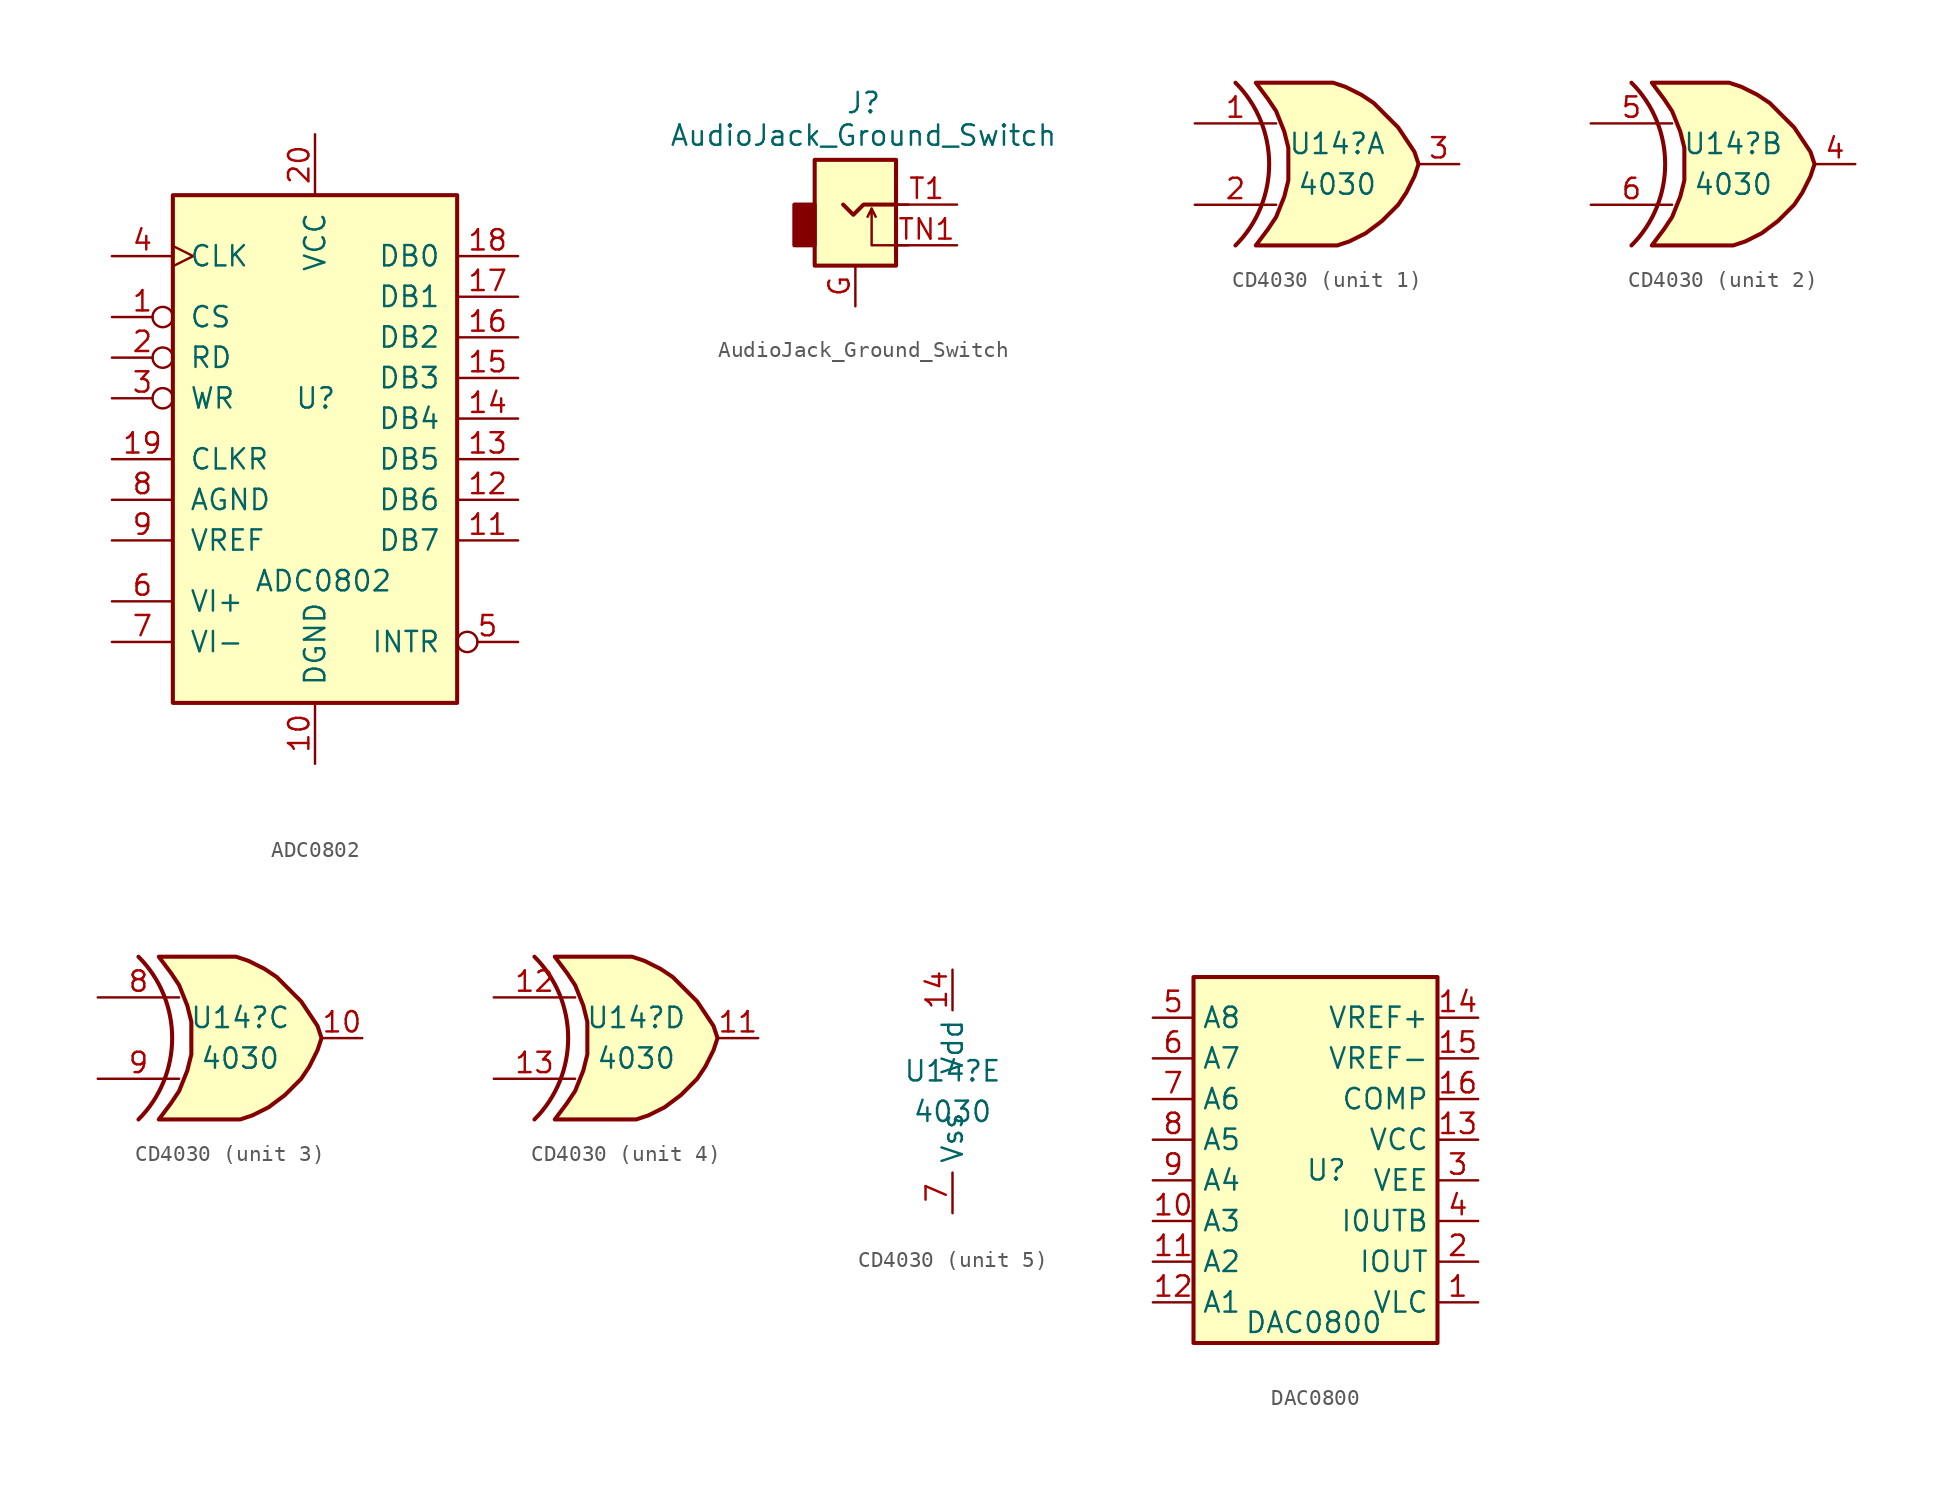
<source format=kicad_sym>
(kicad_symbol_lib
  (version 20220914)
  (generator kicad_symbol_editor)
  (symbol "ADC0802"
    (pin_names
      (offset 1.016))
    (property "Reference" "U"
      (at -1.27 3.81 0)
      (effects (font (size 1.27 1.27)) (justify left)))
    (property "Value" "ADC0802"
      (at -3.81 -7.62 0)
      (effects (font (size 1.27 1.27)) (justify left)))
    (symbol "ADC0802_0_1"
      (rectangle (start -8.89 16.51) (end 8.89 -15.24) (stroke (width 0.254) (type default)) (fill (type background))))
    (symbol "ADC0802_1_1"
      (pin input inverted (at -12.7 8.89 0) (length 3.81) (name "CS" (effects (font (size 1.27 1.27)))) (number "1" (effects (font (size 1.27 1.27)))))
      (pin power_in line (at 0 -19.05 90) (length 3.81) (name "DGND" (effects (font (size 1.27 1.27)))) (number "10" (effects (font (size 1.27 1.27)))))
      (pin tri_state line (at 12.7 -5.08 180) (length 3.81) (name "DB7" (effects (font (size 1.27 1.27)))) (number "11" (effects (font (size 1.27 1.27)))))
      (pin tri_state line (at 12.7 -2.54 180) (length 3.81) (name "DB6" (effects (font (size 1.27 1.27)))) (number "12" (effects (font (size 1.27 1.27)))))
      (pin tri_state line (at 12.7 0 180) (length 3.81) (name "DB5" (effects (font (size 1.27 1.27)))) (number "13" (effects (font (size 1.27 1.27)))))
      (pin tri_state line (at 12.7 2.54 180) (length 3.81) (name "DB4" (effects (font (size 1.27 1.27)))) (number "14" (effects (font (size 1.27 1.27)))))
      (pin tri_state line (at 12.7 5.08 180) (length 3.81) (name "DB3" (effects (font (size 1.27 1.27)))) (number "15" (effects (font (size 1.27 1.27)))))
      (pin tri_state line (at 12.7 7.62 180) (length 3.81) (name "DB2" (effects (font (size 1.27 1.27)))) (number "16" (effects (font (size 1.27 1.27)))))
      (pin tri_state line (at 12.7 10.16 180) (length 3.81) (name "DB1" (effects (font (size 1.27 1.27)))) (number "17" (effects (font (size 1.27 1.27)))))
      (pin tri_state line (at 12.7 12.7 180) (length 3.81) (name "DB0" (effects (font (size 1.27 1.27)))) (number "18" (effects (font (size 1.27 1.27)))))
      (pin input line (at -12.7 0 0) (length 3.81) (name "CLKR" (effects (font (size 1.27 1.27)))) (number "19" (effects (font (size 1.27 1.27)))))
      (pin input inverted (at -12.7 6.35 0) (length 3.81) (name "RD" (effects (font (size 1.27 1.27)))) (number "2" (effects (font (size 1.27 1.27)))))
      (pin power_in line (at 0 20.32 270) (length 3.81) (name "VCC" (effects (font (size 1.27 1.27)))) (number "20" (effects (font (size 1.27 1.27)))))
      (pin input inverted (at -12.7 3.81 0) (length 3.81) (name "WR" (effects (font (size 1.27 1.27)))) (number "3" (effects (font (size 1.27 1.27)))))
      (pin input clock (at -12.7 12.7 0) (length 3.81) (name "CLK" (effects (font (size 1.27 1.27)))) (number "4" (effects (font (size 1.27 1.27)))))
      (pin output inverted (at 12.7 -11.43 180) (length 3.81) (name "INTR" (effects (font (size 1.27 1.27)))) (number "5" (effects (font (size 1.27 1.27)))))
      (pin input line (at -12.7 -8.89 0) (length 3.81) (name "VI+" (effects (font (size 1.27 1.27)))) (number "6" (effects (font (size 1.27 1.27)))))
      (pin input line (at -12.7 -11.43 0) (length 3.81) (name "VI-" (effects (font (size 1.27 1.27)))) (number "7" (effects (font (size 1.27 1.27)))))
      (pin power_in line (at -12.7 -2.54 0) (length 3.81) (name "AGND" (effects (font (size 1.27 1.27)))) (number "8" (effects (font (size 1.27 1.27)))))
      (pin input line (at -12.7 -5.08 0) (length 3.81) (name "VREF" (effects (font (size 1.27 1.27)))) (number "9" (effects (font (size 1.27 1.27)))))))
  (symbol "AudioJack_Ground_Switch"
    (property "Reference" "J"
      (at -0.762 6.35 0)
      (effects (font (size 1.27 1.27))))
    (property "Value" "AudioJack_Ground_Switch"
      (at -0.762 4.318 0)
      (effects (font (size 1.27 1.27))))
    (symbol "AudioJack_Ground_Switch_0_1"
      (rectangle (start -3.81 -2.54) (end -5.08 0) (stroke (width 0.254) (type solid)) (fill (type outline)))
      (polyline (pts (xy -0.254 -0.254) (xy 0 -0.762)) (stroke (width 0) (type solid)) (fill (type none)))
      (polyline (pts (xy 1.27 -2.54) (xy 2.032 -2.54)) (stroke (width 0) (type solid)) (fill (type none)))
      (polyline (pts (xy 2.032 0) (xy 1.27 0)) (stroke (width 0) (type solid)) (fill (type none)))
      (polyline (pts (xy -2.032 0) (xy -1.397 -0.635) (xy -0.762 0) (xy 1.27 0)) (stroke (width 0.254) (type solid)) (fill (type none)))
      (polyline (pts (xy 1.27 -2.54) (xy -0.254 -2.54) (xy -0.254 -0.254) (xy -0.508 -0.762)) (stroke (width 0) (type solid)) (fill (type none)))
      (rectangle (start 1.27 2.794) (end -3.81 -3.81) (stroke (width 0.254) (type solid)) (fill (type background))))
    (symbol "AudioJack_Ground_Switch_1_1"
      (pin passive line (at -1.27 -6.35 90) (length 2.54) (name "~" (effects (font (size 1.27 1.27)))) (number "G" (effects (font (size 1.27 1.27)))))
      (pin passive line (at 5.08 0 180) (length 3.81) (name "~" (effects (font (size 1.27 1.27)))) (number "T1" (effects (font (size 1.27 1.27)))))
      (pin passive line (at 5.08 -2.54 180) (length 3.81) (name "~" (effects (font (size 1.27 1.27)))) (number "TN1" (effects (font (size 1.27 1.27)))))))
  (symbol "CD4030"
    (property "Reference" "U14"
      (at 0 1.27 0)
      (effects (font (size 1.27 1.27))))
    (property "Value" "4030"
      (at 0 -1.27 0)
      (effects (font (size 1.27 1.27))))
    (property "ki_locked" ""
      (at 0 0 0)
      (effects (font (size 1.27 1.27))))
    (symbol "CD4030_1_1"
      (arc (start -6.35 -5.08) (mid -4.2458 0) (end -6.35 5.08) (stroke (width 0.254) (type default)) (fill (type none)))
      (polyline (pts (xy -5.08 -5.08) (xy 0 -5.08) (xy 0.762 -4.826) (xy 1.778 -4.318) (xy 2.794 -3.556) (xy 3.81 -2.54) (xy 4.318 -1.778) (xy 4.826 -0.762) (xy 5.08 0) (xy 4.826 0.762) (xy 4.318 1.524) (xy 3.81 2.286) (xy 3.048 3.048) (xy 2.286 3.81) (xy 1.524 4.318) (xy 0.508 4.826) (xy -0.254 5.08) (xy -5.08 5.08) (xy -4.318 4.064) (xy -3.81 3.302) (xy -3.302 2.032) (xy -3.048 1.016) (xy -3.048 0) (xy -3.048 -1.016) (xy -3.302 -2.032) (xy -3.81 -3.302) (xy -4.318 -4.064) (xy -5.08 -5.08)) (stroke (width 0.254) (type default)) (fill (type background)))
      (pin input line (at -8.89 2.54 0) (length 5.08) (name "~" (effects (font (size 1.27 1.27)))) (number "1" (effects (font (size 1.27 1.27)))))
      (pin input line (at -8.89 -2.54 0) (length 5.08) (name "~" (effects (font (size 1.27 1.27)))) (number "2" (effects (font (size 1.27 1.27)))))
      (pin output line (at 7.62 0 180) (length 2.54) (name "~" (effects (font (size 1.27 1.27)))) (number "3" (effects (font (size 1.27 1.27))))))
    (symbol "CD4030_2_1"
      (arc (start -6.35 -5.08) (mid -4.2458 0) (end -6.35 5.08) (stroke (width 0.254) (type default)) (fill (type none)))
      (polyline (pts (xy -5.08 -5.08) (xy 0 -5.08) (xy 0.762 -4.826) (xy 1.778 -4.318) (xy 2.794 -3.556) (xy 3.81 -2.54) (xy 4.318 -1.778) (xy 4.826 -0.762) (xy 5.08 0) (xy 4.826 0.762) (xy 4.318 1.524) (xy 3.81 2.286) (xy 3.048 3.048) (xy 2.286 3.81) (xy 1.524 4.318) (xy 0.508 4.826) (xy -0.254 5.08) (xy -5.08 5.08) (xy -4.318 4.064) (xy -3.81 3.302) (xy -3.302 2.032) (xy -3.048 1.016) (xy -3.048 0) (xy -3.048 -1.016) (xy -3.302 -2.032) (xy -3.81 -3.302) (xy -4.318 -4.064) (xy -5.08 -5.08)) (stroke (width 0.254) (type default)) (fill (type background)))
      (pin output line (at 7.62 0 180) (length 2.54) (name "~" (effects (font (size 1.27 1.27)))) (number "4" (effects (font (size 1.27 1.27)))))
      (pin input line (at -8.89 2.54 0) (length 5.08) (name "~" (effects (font (size 1.27 1.27)))) (number "5" (effects (font (size 1.27 1.27)))))
      (pin input line (at -8.89 -2.54 0) (length 5.08) (name "~" (effects (font (size 1.27 1.27)))) (number "6" (effects (font (size 1.27 1.27))))))
    (symbol "CD4030_3_1"
      (arc (start -6.35 -5.08) (mid -4.2458 0) (end -6.35 5.08) (stroke (width 0.254) (type default)) (fill (type none)))
      (polyline (pts (xy -5.08 -5.08) (xy 0 -5.08) (xy 0.762 -4.826) (xy 1.778 -4.318) (xy 2.794 -3.556) (xy 3.81 -2.54) (xy 4.318 -1.778) (xy 4.826 -0.762) (xy 5.08 0) (xy 4.826 0.762) (xy 4.318 1.524) (xy 3.81 2.286) (xy 3.048 3.048) (xy 2.286 3.81) (xy 1.524 4.318) (xy 0.508 4.826) (xy -0.254 5.08) (xy -5.08 5.08) (xy -4.318 4.064) (xy -3.81 3.302) (xy -3.302 2.032) (xy -3.048 1.016) (xy -3.048 0) (xy -3.048 -1.016) (xy -3.302 -2.032) (xy -3.81 -3.302) (xy -4.318 -4.064) (xy -5.08 -5.08)) (stroke (width 0.254) (type default)) (fill (type background)))
      (pin output line (at 7.62 0 180) (length 2.54) (name "~" (effects (font (size 1.27 1.27)))) (number "10" (effects (font (size 1.27 1.27)))))
      (pin input line (at -8.89 2.54 0) (length 5.08) (name "~" (effects (font (size 1.27 1.27)))) (number "8" (effects (font (size 1.27 1.27)))))
      (pin input line (at -8.89 -2.54 0) (length 5.08) (name "~" (effects (font (size 1.27 1.27)))) (number "9" (effects (font (size 1.27 1.27))))))
    (symbol "CD4030_4_1"
      (arc (start -6.35 -5.08) (mid -4.2458 0) (end -6.35 5.08) (stroke (width 0.254) (type default)) (fill (type none)))
      (polyline (pts (xy -5.08 -5.08) (xy 0 -5.08) (xy 0.762 -4.826) (xy 1.778 -4.318) (xy 2.794 -3.556) (xy 3.81 -2.54) (xy 4.318 -1.778) (xy 4.826 -0.762) (xy 5.08 0) (xy 4.826 0.762) (xy 4.318 1.524) (xy 3.81 2.286) (xy 3.048 3.048) (xy 2.286 3.81) (xy 1.524 4.318) (xy 0.508 4.826) (xy -0.254 5.08) (xy -5.08 5.08) (xy -4.318 4.064) (xy -3.81 3.302) (xy -3.302 2.032) (xy -3.048 1.016) (xy -3.048 0) (xy -3.048 -1.016) (xy -3.302 -2.032) (xy -3.81 -3.302) (xy -4.318 -4.064) (xy -5.08 -5.08)) (stroke (width 0.254) (type default)) (fill (type background)))
      (pin output line (at 7.62 0 180) (length 2.54) (name "~" (effects (font (size 1.27 1.27)))) (number "11" (effects (font (size 1.27 1.27)))))
      (pin input line (at -8.89 2.54 0) (length 5.08) (name "~" (effects (font (size 1.27 1.27)))) (number "12" (effects (font (size 1.27 1.27)))))
      (pin input line (at -8.89 -2.54 0) (length 5.08) (name "~" (effects (font (size 1.27 1.27)))) (number "13" (effects (font (size 1.27 1.27))))))
    (symbol "CD4030_5_0"
      (pin power_in line (at 0 7.62 270) (length 2.54) (name "Vdd" (effects (font (size 1.27 1.27)))) (number "14" (effects (font (size 1.27 1.27)))))
      (pin power_in line (at 0 -7.62 90) (length 2.54) (name "Vss" (effects (font (size 1.27 1.27)))) (number "7" (effects (font (size 1.27 1.27)))))))
  (symbol "DAC0800"
    (property "Reference" "U"
      (at -0.635 0.635 0)
      (effects (font (size 1.27 1.27)) (justify left)))
    (property "Value" "DAC0800"
      (at -4.445 -8.89 0)
      (effects (font (size 1.27 1.27)) (justify left)))
    (symbol "DAC0800_0_0"
      (rectangle (start -7.62 -10.16) (end 7.62 12.7) (stroke (width 0.254) (type solid)) (fill (type background))))
    (symbol "DAC0800_1_1"
      (pin passive line (at 10.16 -7.62 180) (length 2.54) (name "VLC" (effects (font (size 1.27 1.27)))) (number "1" (effects (font (size 1.27 1.27)))))
      (pin input line (at -10.16 -2.54 0) (length 2.54) (name "A3" (effects (font (size 1.27 1.27)))) (number "10" (effects (font (size 1.27 1.27)))))
      (pin input line (at -10.16 -5.08 0) (length 2.54) (name "A2" (effects (font (size 1.27 1.27)))) (number "11" (effects (font (size 1.27 1.27)))))
      (pin input line (at -10.16 -7.62 0) (length 2.54) (name "A1" (effects (font (size 1.27 1.27)))) (number "12" (effects (font (size 1.27 1.27)))))
      (pin power_in line (at 10.16 2.54 180) (length 2.54) (name "VCC" (effects (font (size 1.27 1.27)))) (number "13" (effects (font (size 1.27 1.27)))))
      (pin output line (at 10.16 10.16 180) (length 2.54) (name "VREF+" (effects (font (size 1.27 1.27)))) (number "14" (effects (font (size 1.27 1.27)))))
      (pin output line (at 10.16 7.62 180) (length 2.54) (name "VREF-" (effects (font (size 1.27 1.27)))) (number "15" (effects (font (size 1.27 1.27)))))
      (pin passive line (at 10.16 5.08 180) (length 2.54) (name "COMP" (effects (font (size 1.27 1.27)))) (number "16" (effects (font (size 1.27 1.27)))))
      (pin passive line (at 10.16 -5.08 180) (length 2.54) (name "IOUT" (effects (font (size 1.27 1.27)))) (number "2" (effects (font (size 1.27 1.27)))))
      (pin power_in line (at 10.16 0 180) (length 2.54) (name "VEE" (effects (font (size 1.27 1.27)))) (number "3" (effects (font (size 1.27 1.27)))))
      (pin passive line (at 10.16 -2.54 180) (length 2.54) (name "I0UTB" (effects (font (size 1.27 1.27)))) (number "4" (effects (font (size 1.27 1.27)))))
      (pin input line (at -10.16 10.16 0) (length 2.54) (name "A8" (effects (font (size 1.27 1.27)))) (number "5" (effects (font (size 1.27 1.27)))))
      (pin input line (at -10.16 7.62 0) (length 2.54) (name "A7" (effects (font (size 1.27 1.27)))) (number "6" (effects (font (size 1.27 1.27)))))
      (pin input line (at -10.16 5.08 0) (length 2.54) (name "A6" (effects (font (size 1.27 1.27)))) (number "7" (effects (font (size 1.27 1.27)))))
      (pin input line (at -10.16 2.54 0) (length 2.54) (name "A5" (effects (font (size 1.27 1.27)))) (number "8" (effects (font (size 1.27 1.27)))))
      (pin input line (at -10.16 0 0) (length 2.54) (name "A4" (effects (font (size 1.27 1.27)))) (number "9" (effects (font (size 1.27 1.27))))))))
</source>
